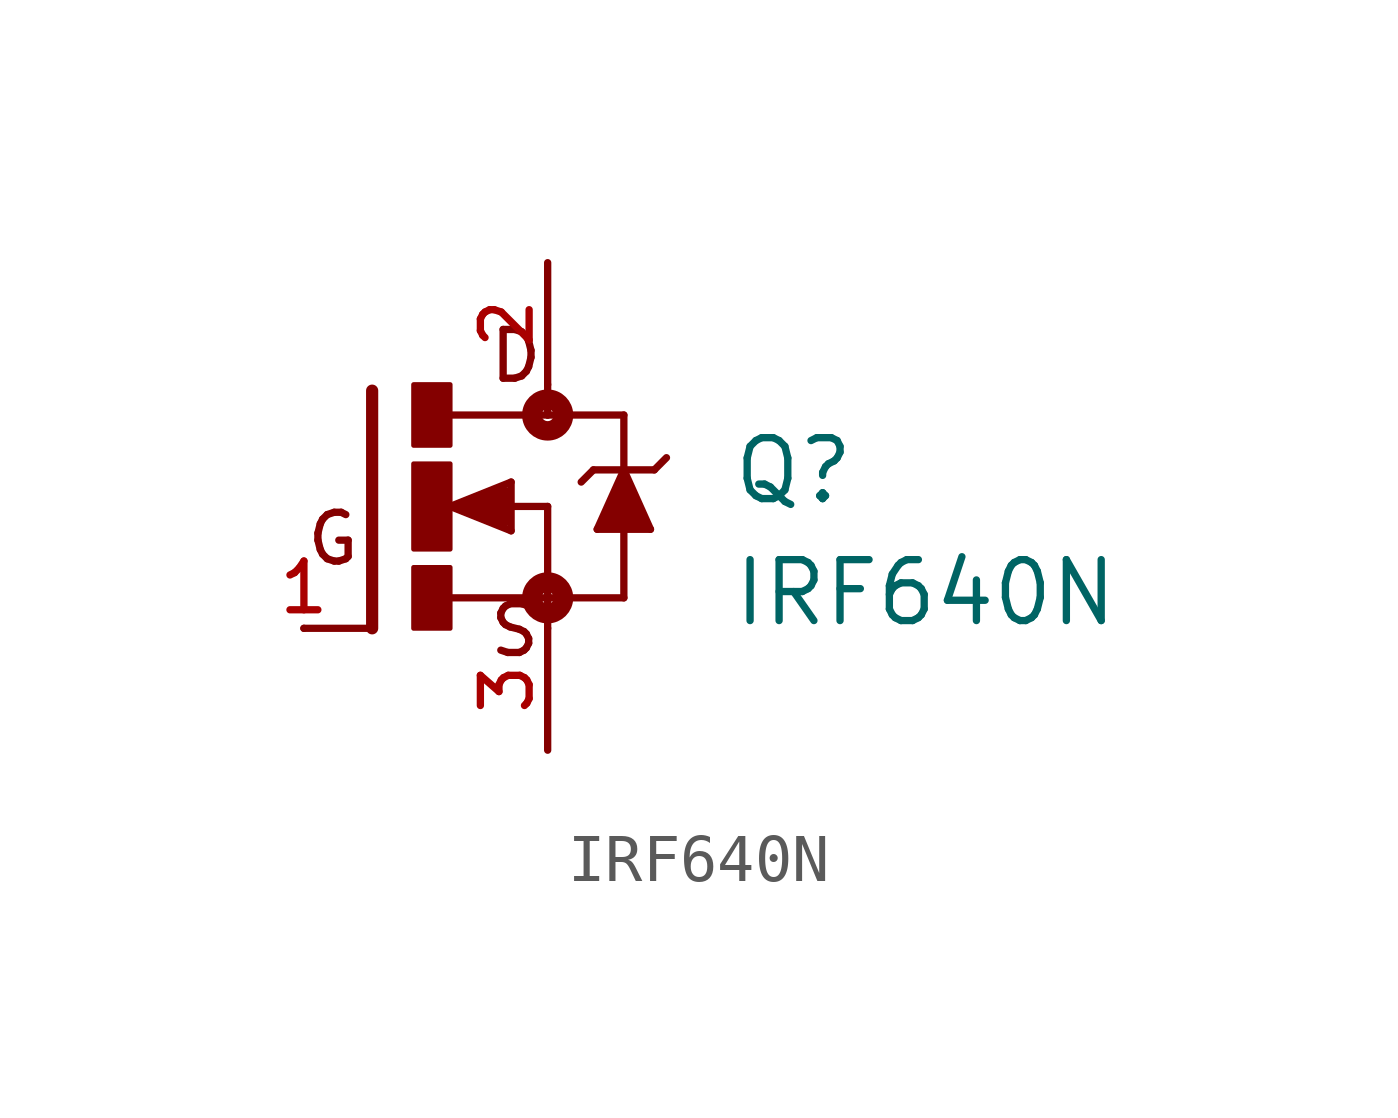
<source format=kicad_sym>
(kicad_symbol_lib
  (version 20211014)
  (generator kicad_symbol_editor)
  (symbol "IRF640N"
    (pin_names
      (offset 1.016))
    (property "Reference" "Q"
      (at 6.356 0.0 0)
      (effects (font (size 1.27 1.27)) (justify bottom left)))
    (property "Value" "IRF640N"
      (at 6.356 -2.542 0)
      (effects (font (size 1.27 1.27)) (justify bottom left)))
    (symbol "IRF640N_0_0"
      (polyline (pts (xy -1.118 2.413) (xy -1.118 -2.54)) (stroke (width 0.254)))
      (polyline (pts (xy -1.118 -2.54) (xy -2.54 -2.54)) (stroke (width 0.152)))
      (polyline (pts (xy 2.54 1.905) (xy 0.533 1.905)) (stroke (width 0.152)))
      (polyline (pts (xy 2.54 0.0) (xy 2.54 -1.905)) (stroke (width 0.152)))
      (polyline (pts (xy 0.508 -1.905) (xy 2.54 -1.905)) (stroke (width 0.152)))
      (polyline (pts (xy 2.54 2.54) (xy 2.54 1.905)) (stroke (width 0.152)))
      (polyline (pts (xy 2.54 1.905) (xy 4.128 1.905)) (stroke (width 0.152)))
      (polyline (pts (xy 4.128 1.905) (xy 4.128 0.762)) (stroke (width 0.152)))
      (polyline (pts (xy 4.128 -1.905) (xy 2.54 -1.905)) (stroke (width 0.152)))
      (polyline (pts (xy 2.54 -1.905) (xy 2.54 -2.54)) (stroke (width 0.152)))
      (polyline (pts (xy 4.128 0.762) (xy 3.572 -0.476)) (stroke (width 0.152)))
      (polyline (pts (xy 3.572 -0.476) (xy 4.128 -0.476)) (stroke (width 0.152)))
      (polyline (pts (xy 4.128 -0.476) (xy 4.683 -0.476)) (stroke (width 0.152)))
      (polyline (pts (xy 4.683 -0.476) (xy 4.128 0.762)) (stroke (width 0.152)))
      (polyline (pts (xy 3.493 0.762) (xy 4.128 0.762)) (stroke (width 0.152)))
      (polyline (pts (xy 4.128 0.762) (xy 4.763 0.762)) (stroke (width 0.152)))
      (polyline (pts (xy 4.763 0.762) (xy 5.016 1.016)) (stroke (width 0.152)))
      (polyline (pts (xy 3.493 0.762) (xy 3.239 0.508)) (stroke (width 0.152)))
      (polyline (pts (xy 0.508 0.0) (xy 1.778 -0.508)) (stroke (width 0.152)))
      (polyline (pts (xy 1.778 -0.508) (xy 1.778 0.508)) (stroke (width 0.152)))
      (polyline (pts (xy 1.778 0.508) (xy 0.508 0.0)) (stroke (width 0.152)))
      (polyline (pts (xy 1.651 0.0) (xy 2.54 0.0)) (stroke (width 0.152)))
      (polyline (pts (xy 1.651 0.254) (xy 0.762 0.0)) (stroke (width 0.305)))
      (polyline (pts (xy 0.762 0.0) (xy 1.651 -0.254)) (stroke (width 0.305)))
      (polyline (pts (xy 1.651 -0.254) (xy 1.651 0.0)) (stroke (width 0.305)))
      (polyline (pts (xy 1.651 0.0) (xy 1.397 0.0)) (stroke (width 0.305)))
      (polyline (pts (xy 4.128 -0.476) (xy 4.128 -1.905)) (stroke (width 0.152)))
      (circle (center 2.54 -1.905) (radius 0.127) (stroke (width 0.406)) (fill (type none)))
      (circle (center 2.54 1.905) (radius 0.127) (stroke (width 0.406)) (fill (type none)))
      (text "D" (at 1.27 2.54 0) (effects (font (size 1.016 1.016)) (justify bottom left)))
      (text "S" (at 1.27 -3.176 0) (effects (font (size 1.016 1.016)) (justify bottom left)))
      (text "G" (at -2.542 -1.271 0) (effects (font (size 1.017 1.017)) (justify bottom left)))
      (rectangle (start -0.254 -2.541) (end 0.508 -1.27) (stroke (width 0.1)) (fill (type outline)))
      (rectangle (start -0.254 1.272) (end 0.508 2.54) (stroke (width 0.1)) (fill (type outline)))
      (rectangle (start -0.254 -0.891) (end 0.508 0.889) (stroke (width 0.1)) (fill (type outline)))
      (polyline (pts (xy 4.128 0.635) (xy 3.651 -0.397) (xy 4.604 -0.397) (xy 4.128 0.635)) (stroke (width 0.152)) (fill (type outline)))
      (pin passive line (at -2.54 -2.54 0) (length 0) (name "~" (effects (font (size 1.016 1.016)))) (number "1" (effects (font (size 1.016 1.016)))))
      (pin passive line (at 2.54 5.08 270.0) (length 2.54) (name "~" (effects (font (size 1.016 1.016)))) (number "2" (effects (font (size 1.016 1.016)))))
      (pin passive line (at 2.54 -5.08 90.0) (length 2.54) (name "~" (effects (font (size 1.016 1.016)))) (number "3" (effects (font (size 1.016 1.016))))))))
</source>
